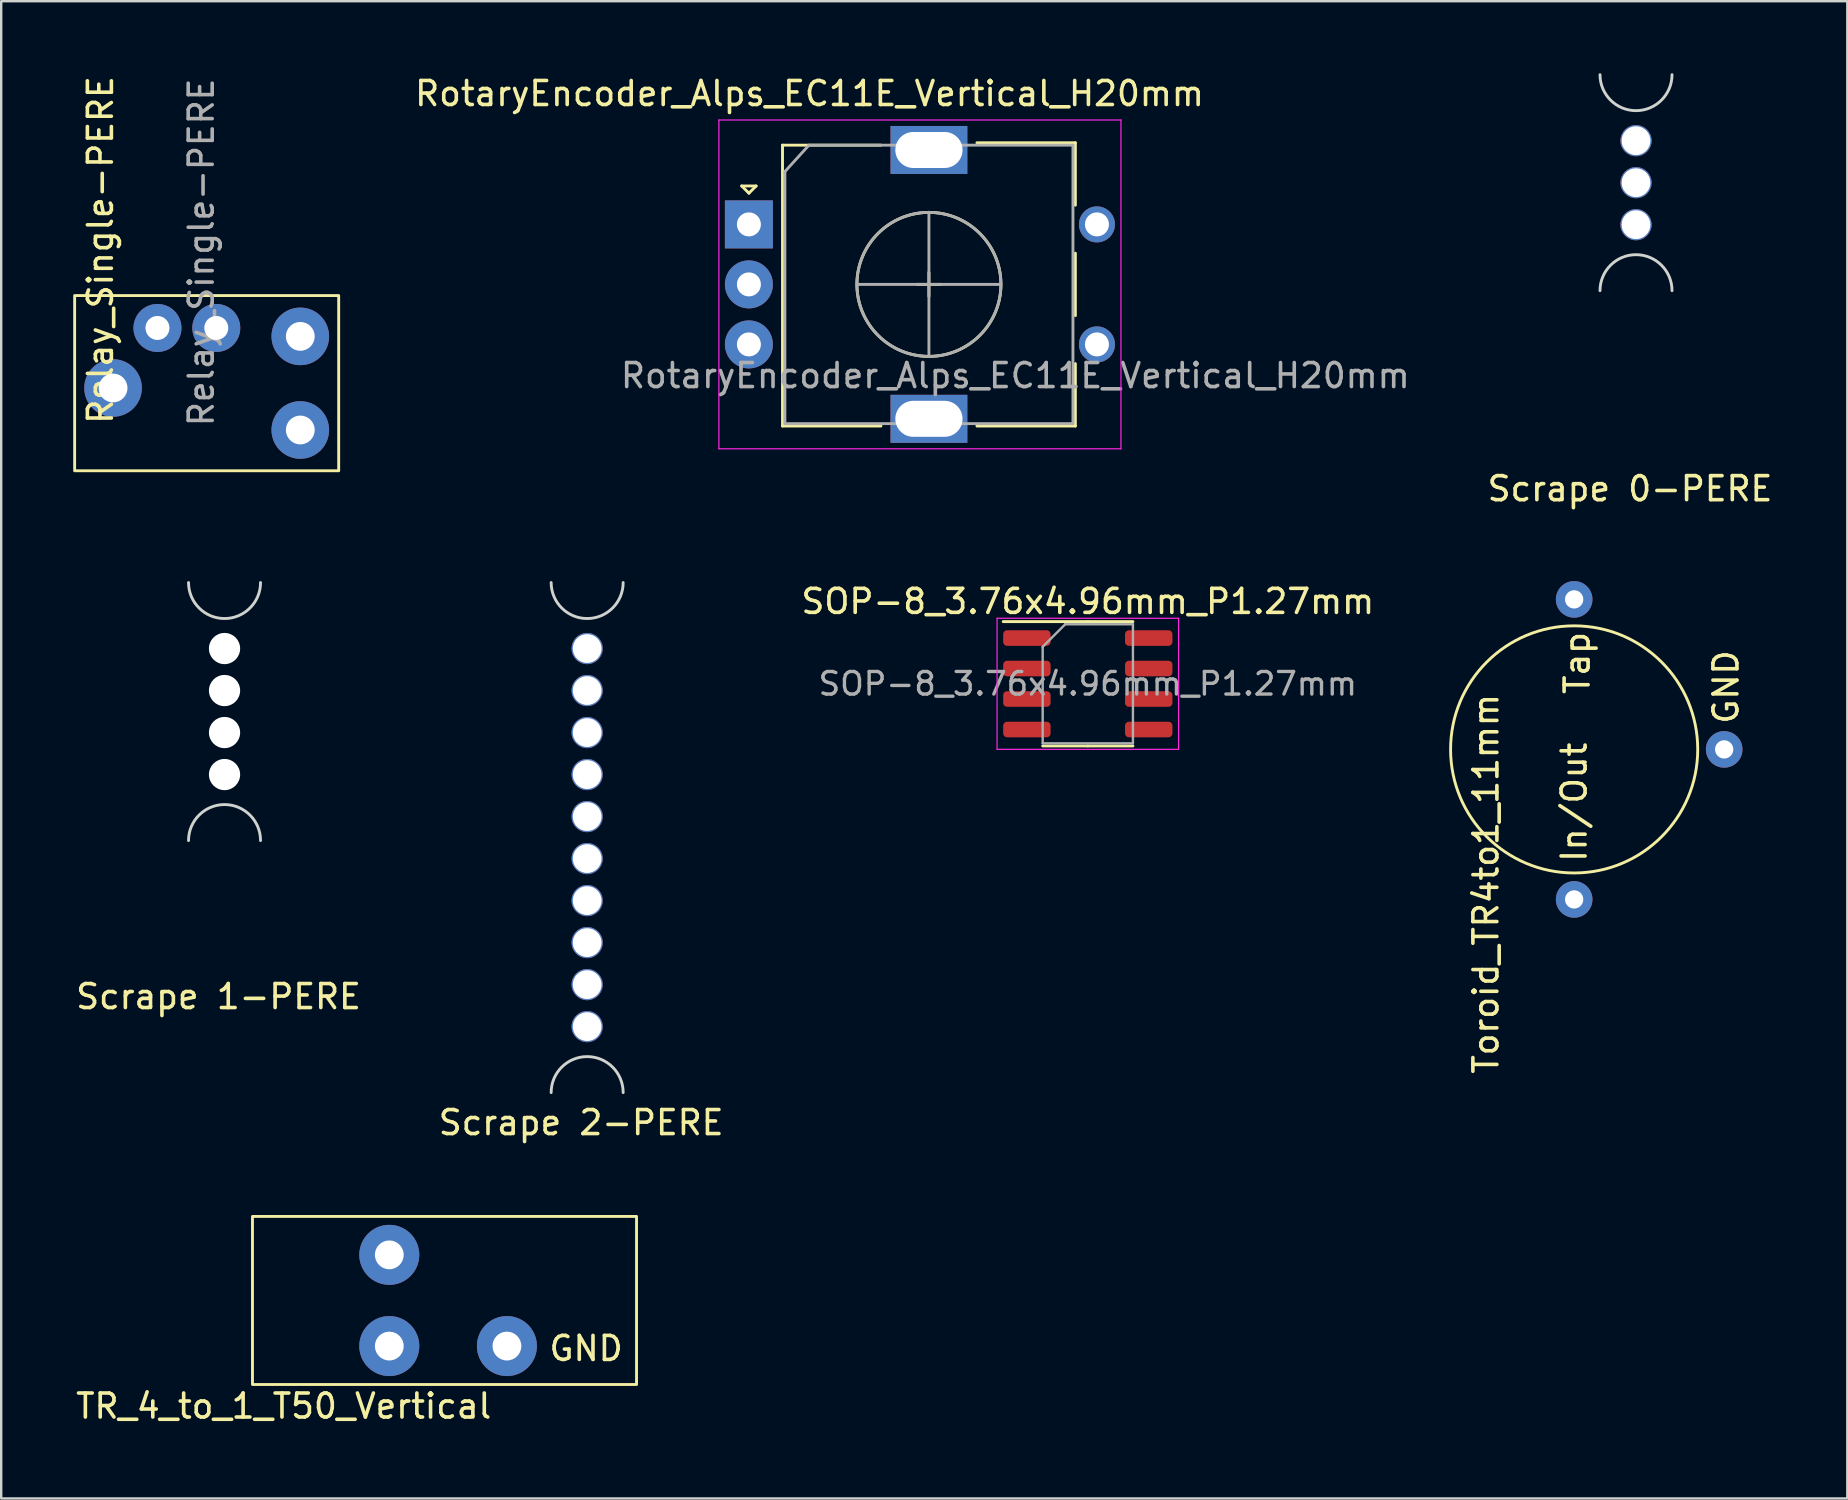
<source format=kicad_pcb>
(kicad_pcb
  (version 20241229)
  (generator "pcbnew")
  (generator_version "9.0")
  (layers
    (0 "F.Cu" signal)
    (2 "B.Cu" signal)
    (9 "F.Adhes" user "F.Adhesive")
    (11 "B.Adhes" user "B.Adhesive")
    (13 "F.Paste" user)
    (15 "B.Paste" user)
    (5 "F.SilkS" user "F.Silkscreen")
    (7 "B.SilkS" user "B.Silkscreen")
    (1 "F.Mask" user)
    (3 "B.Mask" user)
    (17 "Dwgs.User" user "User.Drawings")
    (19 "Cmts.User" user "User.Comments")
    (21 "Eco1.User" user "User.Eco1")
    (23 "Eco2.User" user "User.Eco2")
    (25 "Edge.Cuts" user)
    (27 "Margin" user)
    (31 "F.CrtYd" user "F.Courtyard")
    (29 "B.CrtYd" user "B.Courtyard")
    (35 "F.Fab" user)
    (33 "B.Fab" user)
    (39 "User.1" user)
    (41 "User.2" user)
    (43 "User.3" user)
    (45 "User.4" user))
  (footprint "RotaryEncoder_Alps_EC11E_Vertical_H20mm"
    (layer "F.Cu")
    (at 28.149 6.298)
    (property "Reference" "RotaryEncoder_Alps_EC11E_Vertical_H20mm" (at 2.525 -5.45 0) (layer "F.SilkS") (effects (font (size 1 1) (thickness 0.15))))
    (attr through_hole)
    (fp_line (start -0.3 -1.6) (end 0.3 -1.6) (stroke (width 0.12) (type solid)) (layer "F.SilkS"))
    (fp_line (start 0 -1.3) (end -0.3 -1.6) (stroke (width 0.12) (type solid)) (layer "F.SilkS"))
    (fp_line (start 0.3 -1.6) (end 0 -1.3) (stroke (width 0.12) (type solid)) (layer "F.SilkS"))
    (fp_line (start 1.4 -3.3) (end 1.4 8.4) (stroke (width 0.12) (type solid)) (layer "F.SilkS"))
    (fp_line (start 5.5 -3.3) (end 1.4 -3.3) (stroke (width 0.12) (type solid)) (layer "F.SilkS"))
    (fp_line (start 5.5 8.4) (end 1.4 8.4) (stroke (width 0.12) (type solid)) (layer "F.SilkS"))
    (fp_line (start 7 2.5) (end 8 2.5) (stroke (width 0.12) (type solid)) (layer "F.SilkS"))
    (fp_line (start 7.5 2) (end 7.5 3) (stroke (width 0.12) (type solid)) (layer "F.SilkS"))
    (fp_line (start 9.5 -3.4) (end 13.6 -3.4) (stroke (width 0.12) (type solid)) (layer "F.SilkS"))
    (fp_line (start 13.6 -3.4) (end 13.6 -0.8) (stroke (width 0.12) (type solid)) (layer "F.SilkS"))
    (fp_line (start 13.6 1.2) (end 13.6 3.8) (stroke (width 0.12) (type solid)) (layer "F.SilkS"))
    (fp_line (start 13.6 5.8) (end 13.6 8.4) (stroke (width 0.12) (type solid)) (layer "F.SilkS"))
    (fp_line (start 13.6 8.4) (end 9.5 8.4) (stroke (width 0.12) (type solid)) (layer "F.SilkS"))
    (fp_circle (center 7.5 2.5) (end 10.5 2.5) (stroke (width 0.12) (type solid)) (fill no) (layer "F.SilkS"))
    (fp_line (start -1.25 -4.35) (end -1.25 9.35) (stroke (width 0.05) (type solid)) (layer "F.CrtYd"))
    (fp_line (start -1.25 -4.35) (end 15.5 -4.35) (stroke (width 0.05) (type solid)) (layer "F.CrtYd"))
    (fp_line (start 15.5 9.35) (end -1.25 9.35) (stroke (width 0.05) (type solid)) (layer "F.CrtYd"))
    (fp_line (start 15.5 9.35) (end 15.5 -4.35) (stroke (width 0.05) (type solid)) (layer "F.CrtYd"))
    (fp_line (start 1.5 -2.2) (end 2.5 -3.3) (stroke (width 0.12) (type solid)) (layer "F.Fab"))
    (fp_line (start 1.5 8.3) (end 1.5 -2.2) (stroke (width 0.12) (type solid)) (layer "F.Fab"))
    (fp_line (start 2.5 -3.3) (end 13.5 -3.3) (stroke (width 0.12) (type solid)) (layer "F.Fab"))
    (fp_line (start 4.5 2.5) (end 10.5 2.5) (stroke (width 0.12) (type solid)) (layer "F.Fab"))
    (fp_line (start 7.5 -0.5) (end 7.5 5.5) (stroke (width 0.12) (type solid)) (layer "F.Fab"))
    (fp_line (start 13.5 -3.3) (end 13.5 8.3) (stroke (width 0.12) (type solid)) (layer "F.Fab"))
    (fp_line (start 13.5 8.3) (end 1.5 8.3) (stroke (width 0.12) (type solid)) (layer "F.Fab"))
    (fp_circle (center 7.5 2.5) (end 10.5 2.5) (stroke (width 0.12) (type solid)) (fill no) (layer "F.Fab"))
    (fp_text user "${REFERENCE}" (at 11.1 6.3 0) (layer "F.Fab") (effects (font (size 1 1) (thickness 0.15))))
    (pad "A" thru_hole rect (at 0 0) (size 2 2) (drill 1) (layers "*.Cu" "*.Mask"))
    (pad "B" thru_hole circle (at 0 5) (size 2 2) (drill 1) (layers "*.Cu" "*.Mask"))
    (pad "C" thru_hole circle (at 0 2.5) (size 2 2) (drill 1) (layers "*.Cu" "*.Mask"))
    (pad "MP" thru_hole rect (at 7.5 -3.1) (size 3.2 2) (drill oval 2.8 1.5) (layers "*.Cu" "*.Mask"))
    (pad "MP" thru_hole rect (at 7.5 8.1) (size 3.2 2) (drill oval 2.8 1.5) (layers "*.Cu" "*.Mask"))
    (pad "S1" thru_hole circle (at 14.5 0) (size 1.5 1.5) (drill 1) (layers "*.Cu" "*.Mask"))
    (pad "S2" thru_hole circle (at 14.5 5) (size 1.5 1.5) (drill 1) (layers "*.Cu" "*.Mask")))
  (footprint "Scrape 0-PERE"
    (layer "F.Cu")
    (at 65.106 5.06)
    (property "Reference" "Scrape 0-PERE" (at -0.25 12.25 0) (unlocked yes) (layer "F.SilkS") (effects (font (size 1 1) (thickness 0.15))))
    (attr smd)
    (fp_arc (start -1.5 4) (mid 0 2.5) (end 1.5 4) (stroke (width 0.12) (type solid)) (layer "Edge.Cuts"))
    (fp_arc (start 1.5 -5) (mid 0 -3.5) (end -1.5 -5) (stroke (width 0.12) (type solid)) (layer "Edge.Cuts"))
    (pad "" np_thru_hole circle (at 0 -2.25) (size 1.3 1.3) (drill 1.2) (layers "*.Cu" "*.Mask"))
    (pad "" np_thru_hole circle (at 0 -0.5) (size 1.3 1.3) (drill 1.2) (layers "*.Cu" "*.Mask"))
    (pad "" np_thru_hole circle (at 0 1.25) (size 1.3 1.3) (drill 1.2) (layers "*.Cu" "*.Mask")))
  (footprint "Relay_Single-PERE"
    (layer "F.Cu")
    (at 6.26 13.163)
    (property "Reference" "Relay_Single-PERE" (at -5.125 -5.8 270) (layer "F.SilkS") (effects (font (size 1 1) (thickness 0.15))))
    (attr through_hole)
    (fp_rect (start -6.2 -3.9) (end 4.8 3.4) (stroke (width 0.12) (type solid)) (fill no) (layer "F.SilkS"))
    (fp_text user "${REFERENCE}" (at -0.925 -5.7 270) (layer "F.Fab") (effects (font (size 1 1) (thickness 0.15))))
    (pad "1" thru_hole circle (at -2.75 -2.55) (size 2 2) (drill 1) (layers "*.Cu" "*.Mask"))
    (pad "6" thru_hole circle (at -0.3 -2.55) (size 2 2) (drill 1) (layers "*.Cu" "*.Mask"))
    (pad "7" thru_hole circle (at -4.6 -0.05) (size 2.4 2.4) (drill 1.2) (layers "*.Cu" "*.Mask"))
    (pad "10" thru_hole circle (at 3.2 1.7) (size 2.4 2.4) (drill 1.2) (layers "*.Cu" "*.Mask"))
    (pad "12" thru_hole circle (at 3.2 -2.2) (size 2.4 2.4) (drill 1.2) (layers "*.Cu" "*.Mask")))
  (footprint "Scrape 1-PERE"
    (layer "F.Cu")
    (at 6.304 26.218)
    (property "Reference" "Scrape 1-PERE" (at -0.25 12.25 0) (unlocked yes) (layer "F.SilkS") (effects (font (size 1 1) (thickness 0.15))))
    (attr smd)
    (fp_arc (start -1.5 5.75) (mid 0 4.25) (end 1.5 5.75) (stroke (width 0.12) (type solid)) (layer "Edge.Cuts"))
    (fp_arc (start 1.5 -5) (mid 0 -3.5) (end -1.5 -5) (stroke (width 0.12) (type solid)) (layer "Edge.Cuts"))
    (pad "" np_thru_hole circle (at 0 -2.25) (size 1.3 1.3) (drill 1.3) (layers "*.Cu" "*.Mask"))
    (pad "" np_thru_hole circle (at 0 -0.5) (size 1.3 1.3) (drill 1.3) (layers "*.Cu" "*.Mask"))
    (pad "" np_thru_hole circle (at 0 1.25) (size 1.3 1.3) (drill 1.3) (layers "*.Cu" "*.Mask"))
    (pad "" np_thru_hole circle (at 0 3) (size 1.3 1.3) (drill 1.3) (layers "*.Cu" "*.Mask")))
  (footprint "SOP-8_3.76x4.96mm_P1.27mm"
    (layer "F.Cu")
    (at 42.268 25.436)
    (property "Reference" "SOP-8_3.76x4.96mm_P1.27mm" (at 0 -3.43 0) (layer "F.SilkS") (effects (font (size 1 1) (thickness 0.15))))
    (attr smd)
    (fp_line (start 0 -2.59) (end -3.525 -2.59) (stroke (width 0.12) (type solid)) (layer "F.SilkS"))
    (fp_line (start 0 -2.59) (end 1.88 -2.59) (stroke (width 0.12) (type solid)) (layer "F.SilkS"))
    (fp_line (start 0 2.59) (end -1.88 2.59) (stroke (width 0.12) (type solid)) (layer "F.SilkS"))
    (fp_line (start 0 2.59) (end 1.88 2.59) (stroke (width 0.12) (type solid)) (layer "F.SilkS"))
    (fp_line (start -3.78 -2.73) (end -3.78 2.73) (stroke (width 0.05) (type solid)) (layer "F.CrtYd"))
    (fp_line (start -3.78 2.73) (end 3.78 2.73) (stroke (width 0.05) (type solid)) (layer "F.CrtYd"))
    (fp_line (start 3.78 -2.73) (end -3.78 -2.73) (stroke (width 0.05) (type solid)) (layer "F.CrtYd"))
    (fp_line (start 3.78 2.73) (end 3.78 -2.73) (stroke (width 0.05) (type solid)) (layer "F.CrtYd"))
    (fp_line (start -1.88 -1.54) (end -0.94 -2.48) (stroke (width 0.1) (type solid)) (layer "F.Fab"))
    (fp_line (start -1.88 2.48) (end -1.88 -1.54) (stroke (width 0.1) (type solid)) (layer "F.Fab"))
    (fp_line (start -0.94 -2.48) (end 1.88 -2.48) (stroke (width 0.1) (type solid)) (layer "F.Fab"))
    (fp_line (start 1.88 -2.48) (end 1.88 2.48) (stroke (width 0.1) (type solid)) (layer "F.Fab"))
    (fp_line (start 1.88 2.48) (end -1.88 2.48) (stroke (width 0.1) (type solid)) (layer "F.Fab"))
    (fp_text user "${REFERENCE}" (at 0 0 0) (layer "F.Fab") (effects (font (size 0.94 0.94) (thickness 0.14))))
    (pad "1" smd roundrect (at -2.538 -1.905) (size 1.975 0.65) (layers "F.Cu" "F.Mask" "F.Paste") (roundrect_rratio 0.25))
    (pad "2" smd roundrect (at -2.538 -0.635) (size 1.975 0.65) (layers "F.Cu" "F.Mask" "F.Paste") (roundrect_rratio 0.25))
    (pad "3" smd roundrect (at -2.538 0.635) (size 1.975 0.65) (layers "F.Cu" "F.Mask" "F.Paste") (roundrect_rratio 0.25))
    (pad "4" smd roundrect (at -2.538 1.905) (size 1.975 0.65) (layers "F.Cu" "F.Mask" "F.Paste") (roundrect_rratio 0.25))
    (pad "5" smd roundrect (at 2.538 1.905) (size 1.975 0.65) (layers "F.Cu" "F.Mask" "F.Paste") (roundrect_rratio 0.25))
    (pad "6" smd roundrect (at 2.538 0.635) (size 1.975 0.65) (layers "F.Cu" "F.Mask" "F.Paste") (roundrect_rratio 0.25))
    (pad "7" smd roundrect (at 2.538 -0.635) (size 1.975 0.65) (layers "F.Cu" "F.Mask" "F.Paste") (roundrect_rratio 0.25))
    (pad "8" smd roundrect (at 2.538 -1.905) (size 1.975 0.65) (layers "F.Cu" "F.Mask" "F.Paste") (roundrect_rratio 0.25)))
  (footprint "TR_4_to_1_T50_Vertical"
    (layer "F.Cu")
    (at 15.568 51.127)
    (property "Reference" "TR_4_to_1_T50_Vertical" (at -6.8 4.4 0) (unlocked yes) (layer "F.SilkS") (effects (font (size 1 1) (thickness 0.15))))
    (attr through_hole)
    (fp_rect (start -8.1 -3.5) (end 7.9 3.5) (stroke (width 0.12) (type solid)) (fill no) (layer "F.SilkS"))
    (fp_text user "GND" (at 5.8 2 0) (unlocked yes) (layer "F.SilkS") (effects (font (size 1 1) (thickness 0.15))))
    (pad "1" thru_hole circle (at 2.5 1.9) (size 2.5 2.5) (drill 1.2) (layers "*.Cu" "*.Mask"))
    (pad "2" thru_hole circle (at -2.4 1.9) (size 2.5 2.5) (drill 1.2) (layers "*.Cu" "*.Mask"))
    (pad "3" thru_hole circle (at -2.4 -1.9) (size 2.5 2.5) (drill 1.2) (layers "*.Cu" "*.Mask")))
  (footprint "Scrape 2-PERE"
    (layer "F.Cu")
    (at 21.411 31.468)
    (property "Reference" "Scrape 2-PERE" (at -0.25 12.25 0) (unlocked yes) (layer "F.SilkS") (effects (font (size 1 1) (thickness 0.15))))
    (attr smd)
    (fp_arc (start -1.5 11) (mid 0 9.5) (end 1.5 11) (stroke (width 0.12) (type solid)) (layer "Edge.Cuts"))
    (fp_arc (start 1.5 -10.25) (mid 0 -8.75) (end -1.5 -10.25) (stroke (width 0.12) (type solid)) (layer "Edge.Cuts"))
    (pad "" np_thru_hole circle (at 0 -7.5) (size 1.3 1.3) (drill 1.2) (layers "*.Cu" "*.Mask"))
    (pad "" np_thru_hole circle (at 0 -5.75) (size 1.3 1.3) (drill 1.2) (layers "*.Cu" "*.Mask"))
    (pad "" np_thru_hole circle (at 0 -4) (size 1.3 1.3) (drill 1.2) (layers "*.Cu" "*.Mask"))
    (pad "" np_thru_hole circle (at 0 -2.25) (size 1.3 1.3) (drill 1.2) (layers "*.Cu" "*.Mask"))
    (pad "" np_thru_hole circle (at 0 -0.5) (size 1.3 1.3) (drill 1.2) (layers "*.Cu" "*.Mask"))
    (pad "" np_thru_hole circle (at 0 1.25) (size 1.3 1.3) (drill 1.2) (layers "*.Cu" "*.Mask"))
    (pad "" np_thru_hole circle (at 0 3) (size 1.3 1.3) (drill 1.2) (layers "*.Cu" "*.Mask"))
    (pad "" np_thru_hole circle (at 0 4.75) (size 1.3 1.3) (drill 1.2) (layers "*.Cu" "*.Mask"))
    (pad "" np_thru_hole circle (at 0 6.5) (size 1.3 1.3) (drill 1.2) (layers "*.Cu" "*.Mask"))
    (pad "" np_thru_hole circle (at 0 8.25) (size 1.3 1.3) (drill 1.2) (layers "*.Cu" "*.Mask")))
  (footprint "Toroid_TR4to1_11mm"
    (layer "F.Cu")
    (at 62.529 28.17)
    (property "Reference" "Toroid_TR4to1_11mm" (at -3.674 5.6 90) (unlocked yes) (layer "F.SilkS") (effects (font (size 1 1) (thickness 0.15))))
    (attr through_hole)
    (fp_circle (center 0 0) (end 4.5 2.5) (stroke (width 0.12) (type solid)) (fill no) (layer "F.SilkS"))
    (fp_text user "In/Out" (at 0 2.2 90) (unlocked yes) (layer "F.SilkS") (effects (font (size 1 1) (thickness 0.15))))
    (fp_text user "GND" (at 6.326 -2.6 90) (unlocked yes) (layer "F.SilkS") (effects (font (size 1 1) (thickness 0.15))))
    (fp_text user "Tap" (at 0.126 -3.6 90) (unlocked yes) (layer "F.SilkS") (effects (font (size 1 1) (thickness 0.15))))
    (pad "1" thru_hole circle (at 6.25 0) (size 1.524 1.524) (drill 0.762) (layers "*.Cu" "*.Mask"))
    (pad "2" thru_hole circle (at 0 -6.25) (size 1.524 1.524) (drill 0.762) (layers "*.Cu" "*.Mask"))
    (pad "3" thru_hole circle (at 0 6.25) (size 1.524 1.524) (drill 0.762) (layers "*.Cu" "*.Mask")))
  (gr_rect
    (start -3 -3)
    (end 73.909 59.375)
    (stroke (width 0.1) (type default))
    (fill no)
    (layer "Edge.Cuts")))
</source>
